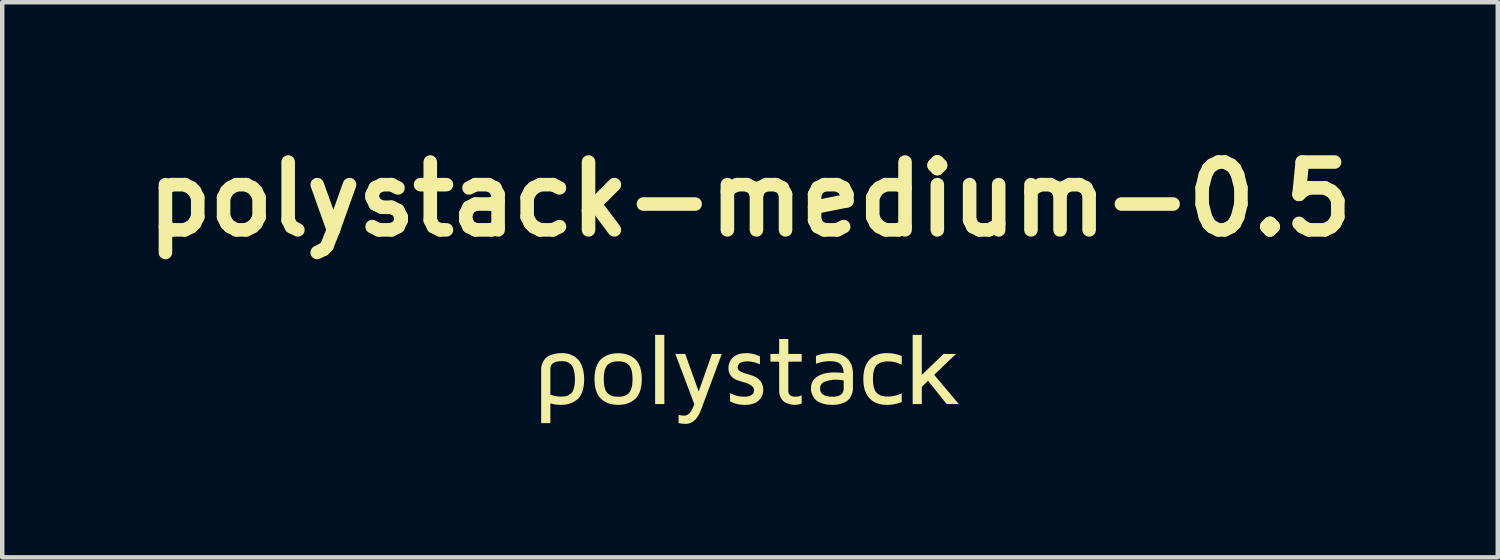
<source format=kicad_pcb>
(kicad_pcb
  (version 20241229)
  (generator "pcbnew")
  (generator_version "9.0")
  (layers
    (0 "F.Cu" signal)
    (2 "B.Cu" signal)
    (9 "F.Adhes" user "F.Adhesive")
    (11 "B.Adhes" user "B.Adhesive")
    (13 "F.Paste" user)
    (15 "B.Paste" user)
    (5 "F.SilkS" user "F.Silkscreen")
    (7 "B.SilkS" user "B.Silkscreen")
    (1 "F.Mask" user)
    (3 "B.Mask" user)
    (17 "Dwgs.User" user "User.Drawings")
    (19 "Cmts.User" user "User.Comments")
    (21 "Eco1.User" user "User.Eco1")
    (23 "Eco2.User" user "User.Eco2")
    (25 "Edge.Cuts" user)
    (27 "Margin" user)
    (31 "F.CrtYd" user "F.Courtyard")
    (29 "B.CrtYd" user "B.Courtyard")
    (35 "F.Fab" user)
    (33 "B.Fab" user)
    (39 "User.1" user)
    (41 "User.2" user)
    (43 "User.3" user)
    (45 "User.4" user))
  (footprint "polystack-medium-0.5"
    (layer "F.Cu")
    (at 13.803 5.474)
    (property "Reference" "polystack-medium-0.5" (at 0 -4.048 0) (layer "F.SilkS") (effects (font (size 1.524 1.524) (thickness 0.305))))
    (attr smd)
    (fp_poly (pts (xy -2.132 0.556) (xy -2.132 -1) (xy -1.925 -1) (xy -1.925 0.556) (xy -2.132 0.556)) (stroke (width 0) (type solid)) (fill yes) (layer "F.SilkS"))
    (fp_poly (pts (xy 3.655 0.556) (xy 3.655 -1) (xy 3.861 -1) (xy 3.861 -0.099) (xy 4.348 -0.571) (xy 4.628 -0.571) (xy 4.139 -0.101) (xy 4.693 0.556) (xy 4.419 0.556) (xy 4.001 0.032) (xy 3.861 0.168) (xy 3.861 0.556) (xy 3.655 0.556)) (stroke (width 0) (type solid)) (fill yes) (layer "F.SilkS"))
    (fp_poly (pts (xy 0.459 -0.397) (xy 0.459 -0.571) (xy 0.655 -0.571) (xy 0.655 -0.907) (xy 0.861 -0.907) (xy 0.861 -0.571) (xy 1.161 -0.571) (xy 1.161 -0.397) (xy 0.861 -0.397) (xy 0.861 0.258) (xy 0.861 0.27) (xy 0.862 0.281) (xy 0.864 0.292) (xy 0.867 0.302) (xy 0.87 0.311) (xy 0.873 0.32) (xy 0.878 0.329) (xy 0.883 0.337) (xy 0.889 0.344) (xy 0.895 0.351) (xy 0.903 0.357) (xy 0.911 0.363) (xy 0.919 0.368) (xy 0.928 0.373) (xy 0.938 0.377) (xy 0.949 0.38) (xy 0.96 0.383) (xy 0.972 0.386) (xy 0.985 0.388) (xy 0.999 0.389) (xy 1.013 0.39) (xy 1.027 0.39) (xy 1.03 0.39) (xy 1.045 0.39) (xy 1.06 0.389) (xy 1.074 0.387) (xy 1.088 0.385) (xy 1.101 0.382) (xy 1.114 0.378) (xy 1.126 0.374) (xy 1.138 0.369) (xy 1.15 0.363) (xy 1.161 0.357) (xy 1.161 0.542) (xy 1.148 0.547) (xy 1.135 0.552) (xy 1.122 0.556) (xy 1.109 0.56) (xy 1.097 0.563) (xy 1.084 0.566) (xy 1.071 0.568) (xy 1.058 0.57) (xy 1.045 0.571) (xy 1.032 0.572) (xy 1.019 0.573) (xy 1.007 0.573) (xy 1.001 0.573) (xy 0.989 0.573) (xy 0.977 0.572) (xy 0.965 0.571) (xy 0.953 0.57) (xy 0.94 0.568) (xy 0.927 0.566) (xy 0.914 0.563) (xy 0.903 0.561) (xy 0.892 0.558) (xy 0.881 0.555) (xy 0.869 0.551) (xy 0.857 0.547) (xy 0.844 0.542) (xy 0.831 0.537) (xy 0.817 0.531) (xy 0.803 0.525) (xy 0.791 0.519) (xy 0.78 0.513) (xy 0.769 0.505) (xy 0.759 0.498) (xy 0.749 0.489) (xy 0.739 0.48) (xy 0.73 0.47) (xy 0.721 0.459) (xy 0.713 0.448) (xy 0.705 0.436) (xy 0.697 0.423) (xy 0.691 0.413) (xy 0.686 0.402) (xy 0.681 0.391) (xy 0.676 0.379) (xy 0.672 0.367) (xy 0.669 0.355) (xy 0.665 0.342) (xy 0.663 0.329) (xy 0.66 0.316) (xy 0.658 0.302) (xy 0.657 0.288) (xy 0.656 0.273) (xy 0.655 0.259) (xy 0.655 0.244) (xy 0.655 -0.397) (xy 0.459 -0.397) (xy 0.459 -0.397)) (stroke (width 0) (type solid)) (fill yes) (layer "F.SilkS"))
    (fp_poly (pts (xy -1.678 -0.571) (xy -1.456 -0.571) (xy -1.153 0.273) (xy -0.855 -0.571) (xy -0.634 -0.571) (xy -1.097 0.676) (xy -1.103 0.691) (xy -1.109 0.707) (xy -1.115 0.721) (xy -1.121 0.736) (xy -1.128 0.75) (xy -1.134 0.764) (xy -1.141 0.777) (xy -1.148 0.79) (xy -1.155 0.802) (xy -1.162 0.815) (xy -1.169 0.826) (xy -1.177 0.838) (xy -1.184 0.849) (xy -1.192 0.859) (xy -1.199 0.87) (xy -1.207 0.879) (xy -1.215 0.889) (xy -1.223 0.898) (xy -1.232 0.907) (xy -1.24 0.915) (xy -1.249 0.923) (xy -1.257 0.93) (xy -1.266 0.937) (xy -1.275 0.944) (xy -1.284 0.951) (xy -1.293 0.957) (xy -1.303 0.962) (xy -1.312 0.967) (xy -1.322 0.972) (xy -1.331 0.977) (xy -1.341 0.981) (xy -1.351 0.984) (xy -1.361 0.988) (xy -1.371 0.99) (xy -1.382 0.993) (xy -1.392 0.995) (xy -1.403 0.997) (xy -1.413 0.998) (xy -1.424 0.999) (xy -1.435 1) (xy -1.446 1) (xy -1.447 1) (xy -1.46 1) (xy -1.473 0.999) (xy -1.485 0.999) (xy -1.498 0.998) (xy -1.511 0.997) (xy -1.524 0.995) (xy -1.538 0.994) (xy -1.551 0.992) (xy -1.564 0.99) (xy -1.578 0.988) (xy -1.591 0.985) (xy -1.605 0.982) (xy -1.605 0.797) (xy -1.592 0.8) (xy -1.579 0.803) (xy -1.565 0.806) (xy -1.553 0.809) (xy -1.54 0.811) (xy -1.527 0.812) (xy -1.515 0.814) (xy -1.502 0.815) (xy -1.49 0.815) (xy -1.478 0.816) (xy -1.469 0.816) (xy -1.46 0.815) (xy -1.451 0.813) (xy -1.442 0.811) (xy -1.433 0.809) (xy -1.425 0.805) (xy -1.416 0.802) (xy -1.408 0.797) (xy -1.399 0.792) (xy -1.391 0.787) (xy -1.383 0.781) (xy -1.375 0.774) (xy -1.367 0.767) (xy -1.359 0.759) (xy -1.352 0.751) (xy -1.344 0.742) (xy -1.337 0.732) (xy -1.33 0.722) (xy -1.323 0.711) (xy -1.316 0.7) (xy -1.309 0.688) (xy -1.302 0.676) (xy -1.295 0.663) (xy -1.289 0.649) (xy -1.283 0.635) (xy -1.276 0.62) (xy -1.27 0.605) (xy -1.264 0.589) (xy -1.258 0.573) (xy -1.252 0.556) (xy -1.678 -0.571) (xy -1.678 -0.571)) (stroke (width 0) (type solid)) (fill yes) (layer "F.SilkS"))
    (fp_poly (pts (xy 2.683 0.423) (xy 2.676 0.415) (xy 2.668 0.406) (xy 2.661 0.397) (xy 2.654 0.387) (xy 2.647 0.378) (xy 2.64 0.368) (xy 2.634 0.358) (xy 2.628 0.348) (xy 2.622 0.337) (xy 2.616 0.327) (xy 2.611 0.316) (xy 2.606 0.305) (xy 2.601 0.294) (xy 2.596 0.282) (xy 2.591 0.271) (xy 2.587 0.259) (xy 2.583 0.246) (xy 2.579 0.234) (xy 2.575 0.222) (xy 2.572 0.209) (xy 2.568 0.196) (xy 2.565 0.183) (xy 2.563 0.169) (xy 2.56 0.156) (xy 2.558 0.142) (xy 2.556 0.128) (xy 2.554 0.113) (xy 2.552 0.099) (xy 2.551 0.084) (xy 2.549 0.069) (xy 2.548 0.054) (xy 2.548 0.039) (xy 2.547 0.023) (xy 2.547 0.007) (xy 2.547 -0.009) (xy 2.547 -0.025) (xy 2.547 -0.041) (xy 2.548 -0.056) (xy 2.548 -0.072) (xy 2.549 -0.087) (xy 2.551 -0.102) (xy 2.552 -0.116) (xy 2.554 -0.131) (xy 2.556 -0.145) (xy 2.558 -0.159) (xy 2.56 -0.173) (xy 2.563 -0.187) (xy 2.565 -0.2) (xy 2.568 -0.213) (xy 2.572 -0.226) (xy 2.575 -0.239) (xy 2.579 -0.252) (xy 2.583 -0.264) (xy 2.587 -0.276) (xy 2.591 -0.288) (xy 2.596 -0.299) (xy 2.601 -0.311) (xy 2.606 -0.322) (xy 2.611 -0.333) (xy 2.616 -0.344) (xy 2.622 -0.355) (xy 2.628 -0.365) (xy 2.634 -0.375) (xy 2.64 -0.385) (xy 2.647 -0.395) (xy 2.654 -0.404) (xy 2.661 -0.413) (xy 2.668 -0.422) (xy 2.676 -0.431) (xy 2.683 -0.44) (xy 2.692 -0.449) (xy 2.7 -0.457) (xy 2.709 -0.466) (xy 2.718 -0.474) (xy 2.727 -0.482) (xy 2.737 -0.489) (xy 2.747 -0.496) (xy 2.757 -0.503) (xy 2.767 -0.51) (xy 2.777 -0.516) (xy 2.788 -0.523) (xy 2.799 -0.528) (xy 2.81 -0.534) (xy 2.821 -0.539) (xy 2.832 -0.544) (xy 2.844 -0.549) (xy 2.856 -0.554) (xy 2.868 -0.558) (xy 2.881 -0.562) (xy 2.893 -0.566) (xy 2.906 -0.569) (xy 2.919 -0.572) (xy 2.932 -0.575) (xy 2.946 -0.578) (xy 2.959 -0.58) (xy 2.973 -0.582) (xy 2.987 -0.584) (xy 3.002 -0.585) (xy 3.016 -0.587) (xy 3.031 -0.587) (xy 3.046 -0.588) (xy 3.061 -0.589) (xy 3.077 -0.589) (xy 3.091 -0.589) (xy 3.104 -0.588) (xy 3.118 -0.588) (xy 3.132 -0.587) (xy 3.145 -0.586) (xy 3.159 -0.585) (xy 3.172 -0.584) (xy 3.186 -0.582) (xy 3.199 -0.581) (xy 3.213 -0.579) (xy 3.226 -0.577) (xy 3.239 -0.574) (xy 3.252 -0.572) (xy 3.266 -0.569) (xy 3.279 -0.566) (xy 3.292 -0.563) (xy 3.305 -0.56) (xy 3.318 -0.556) (xy 3.331 -0.552) (xy 3.344 -0.548) (xy 3.357 -0.544) (xy 3.37 -0.54) (xy 3.383 -0.536) (xy 3.396 -0.531) (xy 3.409 -0.526) (xy 3.409 -0.33) (xy 3.396 -0.336) (xy 3.383 -0.341) (xy 3.37 -0.347) (xy 3.358 -0.352) (xy 3.345 -0.357) (xy 3.332 -0.362) (xy 3.319 -0.366) (xy 3.306 -0.371) (xy 3.293 -0.375) (xy 3.28 -0.378) (xy 3.268 -0.382) (xy 3.255 -0.385) (xy 3.242 -0.388) (xy 3.229 -0.391) (xy 3.216 -0.393) (xy 3.203 -0.395) (xy 3.19 -0.397) (xy 3.177 -0.399) (xy 3.164 -0.4) (xy 3.151 -0.401) (xy 3.138 -0.402) (xy 3.125 -0.403) (xy 3.112 -0.403) (xy 3.099 -0.403) (xy 3.095 -0.403) (xy 3.079 -0.403) (xy 3.064 -0.403) (xy 3.049 -0.402) (xy 3.035 -0.4) (xy 3.021 -0.398) (xy 3.007 -0.396) (xy 2.994 -0.394) (xy 2.981 -0.391) (xy 2.968 -0.387) (xy 2.956 -0.383) (xy 2.944 -0.379) (xy 2.932 -0.375) (xy 2.921 -0.369) (xy 2.91 -0.364) (xy 2.899 -0.358) (xy 2.889 -0.352) (xy 2.879 -0.345) (xy 2.869 -0.338) (xy 2.86 -0.331) (xy 2.851 -0.323) (xy 2.844 -0.317) (xy 2.838 -0.31) (xy 2.832 -0.303) (xy 2.826 -0.295) (xy 2.82 -0.287) (xy 2.815 -0.278) (xy 2.81 -0.269) (xy 2.805 -0.259) (xy 2.8 -0.249) (xy 2.796 -0.239) (xy 2.792 -0.228) (xy 2.788 -0.217) (xy 2.785 -0.205) (xy 2.781 -0.192) (xy 2.778 -0.18) (xy 2.776 -0.166) (xy 2.773 -0.153) (xy 2.771 -0.139) (xy 2.769 -0.124) (xy 2.767 -0.109) (xy 2.766 -0.093) (xy 2.765 -0.077) (xy 2.764 -0.061) (xy 2.763 -0.044) (xy 2.763 -0.027) (xy 2.763 -0.009) (xy 2.763 0.008) (xy 2.763 0.024) (xy 2.764 0.039) (xy 2.764 0.055) (xy 2.766 0.07) (xy 2.767 0.084) (xy 2.768 0.098) (xy 2.77 0.112) (xy 2.772 0.126) (xy 2.774 0.139) (xy 2.776 0.151) (xy 2.779 0.164) (xy 2.782 0.176) (xy 2.785 0.187) (xy 2.788 0.198) (xy 2.793 0.213) (xy 2.798 0.227) (xy 2.804 0.24) (xy 2.81 0.252) (xy 2.817 0.264) (xy 2.824 0.275) (xy 2.832 0.285) (xy 2.839 0.295) (xy 2.848 0.304) (xy 2.856 0.312) (xy 2.865 0.32) (xy 2.877 0.328) (xy 2.888 0.336) (xy 2.9 0.343) (xy 2.911 0.35) (xy 2.923 0.356) (xy 2.934 0.361) (xy 2.946 0.365) (xy 2.957 0.369) (xy 2.969 0.373) (xy 2.98 0.375) (xy 2.991 0.377) (xy 3.002 0.379) (xy 3.014 0.381) (xy 3.027 0.383) (xy 3.039 0.384) (xy 3.053 0.385) (xy 3.066 0.385) (xy 3.08 0.386) (xy 3.095 0.386) (xy 3.108 0.386) (xy 3.121 0.385) (xy 3.135 0.385) (xy 3.148 0.384) (xy 3.162 0.383) (xy 3.175 0.381) (xy 3.188 0.38) (xy 3.201 0.378) (xy 3.215 0.376) (xy 3.228 0.373) (xy 3.241 0.371) (xy 3.254 0.368) (xy 3.267 0.365) (xy 3.28 0.361) (xy 3.293 0.358) (xy 3.306 0.354) (xy 3.319 0.35) (xy 3.332 0.346) (xy 3.345 0.341) (xy 3.358 0.336) (xy 3.371 0.331) (xy 3.383 0.326) (xy 3.396 0.32) (xy 3.409 0.314) (xy 3.409 0.51) (xy 3.396 0.515) (xy 3.383 0.52) (xy 3.37 0.525) (xy 3.357 0.529) (xy 3.344 0.533) (xy 3.331 0.537) (xy 3.318 0.541) (xy 3.305 0.544) (xy 3.292 0.548) (xy 3.279 0.551) (xy 3.266 0.554) (xy 3.252 0.556) (xy 3.239 0.559) (xy 3.226 0.561) (xy 3.213 0.563) (xy 3.199 0.565) (xy 3.186 0.567) (xy 3.172 0.568) (xy 3.159 0.57) (xy 3.145 0.571) (xy 3.132 0.572) (xy 3.118 0.572) (xy 3.104 0.573) (xy 3.091 0.573) (xy 3.077 0.573) (xy 3.061 0.573) (xy 3.046 0.573) (xy 3.031 0.572) (xy 3.016 0.571) (xy 3.002 0.57) (xy 2.987 0.568) (xy 2.973 0.567) (xy 2.959 0.564) (xy 2.946 0.562) (xy 2.932 0.56) (xy 2.919 0.557) (xy 2.906 0.553) (xy 2.893 0.55) (xy 2.881 0.546) (xy 2.868 0.542) (xy 2.856 0.538) (xy 2.844 0.533) (xy 2.832 0.529) (xy 2.821 0.524) (xy 2.81 0.518) (xy 2.799 0.513) (xy 2.788 0.507) (xy 2.777 0.5) (xy 2.767 0.494) (xy 2.757 0.487) (xy 2.747 0.48) (xy 2.737 0.473) (xy 2.727 0.465) (xy 2.718 0.457) (xy 2.709 0.449) (xy 2.7 0.441) (xy 2.692 0.432) (xy 2.683 0.423) (xy 2.683 0.423)) (stroke (width 0) (type solid)) (fill yes) (layer "F.SilkS"))
    (fp_poly (pts (xy -4.693 0.984) (xy -4.693 -0.226) (xy -4.408 -0.374) (xy -4.416 -0.368) (xy -4.425 -0.363) (xy -4.433 -0.357) (xy -4.44 -0.351) (xy -4.447 -0.345) (xy -4.453 -0.338) (xy -4.459 -0.331) (xy -4.464 -0.323) (xy -4.468 -0.315) (xy -4.473 -0.307) (xy -4.476 -0.298) (xy -4.479 -0.289) (xy -4.481 -0.28) (xy -4.483 -0.27) (xy -4.485 -0.26) (xy -4.486 -0.25) (xy -4.486 -0.239) (xy -4.486 0.343) (xy -4.486 0.343) (xy -4.473 0.348) (xy -4.46 0.352) (xy -4.447 0.357) (xy -4.434 0.361) (xy -4.42 0.364) (xy -4.407 0.368) (xy -4.394 0.371) (xy -4.381 0.374) (xy -4.368 0.377) (xy -4.354 0.379) (xy -4.341 0.381) (xy -4.328 0.383) (xy -4.314 0.385) (xy -4.301 0.386) (xy -4.287 0.387) (xy -4.274 0.387) (xy -4.26 0.388) (xy -4.247 0.388) (xy -4.231 0.388) (xy -4.217 0.387) (xy -4.203 0.387) (xy -4.189 0.385) (xy -4.176 0.384) (xy -4.163 0.382) (xy -4.151 0.38) (xy -4.14 0.378) (xy -4.129 0.375) (xy -4.116 0.371) (xy -4.104 0.367) (xy -4.092 0.361) (xy -4.08 0.355) (xy -4.067 0.349) (xy -4.055 0.341) (xy -4.043 0.333) (xy -4.032 0.324) (xy -4.023 0.317) (xy -4.015 0.309) (xy -4.007 0.301) (xy -4 0.291) (xy -3.993 0.281) (xy -3.987 0.271) (xy -3.981 0.259) (xy -3.975 0.247) (xy -3.97 0.235) (xy -3.965 0.221) (xy -3.96 0.207) (xy -3.957 0.196) (xy -3.954 0.185) (xy -3.951 0.173) (xy -3.948 0.161) (xy -3.946 0.149) (xy -3.944 0.136) (xy -3.942 0.123) (xy -3.94 0.109) (xy -3.939 0.096) (xy -3.937 0.081) (xy -3.936 0.067) (xy -3.936 0.052) (xy -3.935 0.036) (xy -3.935 0.02) (xy -3.935 0.004) (xy -3.935 -0.012) (xy -3.935 -0.028) (xy -3.935 -0.043) (xy -3.936 -0.058) (xy -3.937 -0.073) (xy -3.938 -0.088) (xy -3.939 -0.102) (xy -3.941 -0.116) (xy -3.943 -0.129) (xy -3.944 -0.142) (xy -3.947 -0.155) (xy -3.949 -0.167) (xy -3.951 -0.179) (xy -3.954 -0.191) (xy -3.957 -0.202) (xy -3.96 -0.213) (xy -3.965 -0.228) (xy -3.969 -0.243) (xy -3.975 -0.257) (xy -3.98 -0.27) (xy -3.987 -0.282) (xy -3.993 -0.294) (xy -4 -0.304) (xy -4.007 -0.314) (xy -4.014 -0.324) (xy -4.022 -0.332) (xy -4.03 -0.34) (xy -4.042 -0.349) (xy -4.054 -0.358) (xy -4.065 -0.366) (xy -4.077 -0.373) (xy -4.088 -0.379) (xy -4.099 -0.385) (xy -4.111 -0.39) (xy -4.122 -0.394) (xy -4.133 -0.397) (xy -4.145 -0.4) (xy -4.158 -0.402) (xy -4.17 -0.404) (xy -4.184 -0.406) (xy -4.197 -0.407) (xy -4.211 -0.408) (xy -4.226 -0.408) (xy -4.242 -0.408) (xy -4.258 -0.407) (xy -4.274 -0.406) (xy -4.288 -0.405) (xy -4.303 -0.404) (xy -4.317 -0.402) (xy -4.33 -0.399) (xy -4.343 -0.397) (xy -4.355 -0.394) (xy -4.366 -0.39) (xy -4.377 -0.387) (xy -4.388 -0.383) (xy -4.398 -0.378) (xy -4.408 -0.374) (xy -4.693 -0.226) (xy -4.693 -0.238) (xy -4.692 -0.25) (xy -4.691 -0.262) (xy -4.69 -0.274) (xy -4.688 -0.286) (xy -4.686 -0.298) (xy -4.684 -0.308) (xy -4.681 -0.32) (xy -4.677 -0.332) (xy -4.672 -0.345) (xy -4.667 -0.359) (xy -4.661 -0.374) (xy -4.653 -0.389) (xy -4.647 -0.401) (xy -4.64 -0.413) (xy -4.633 -0.424) (xy -4.625 -0.436) (xy -4.617 -0.446) (xy -4.608 -0.457) (xy -4.599 -0.467) (xy -4.59 -0.477) (xy -4.579 -0.486) (xy -4.571 -0.493) (xy -4.563 -0.5) (xy -4.553 -0.506) (xy -4.543 -0.513) (xy -4.533 -0.519) (xy -4.522 -0.525) (xy -4.51 -0.531) (xy -4.497 -0.537) (xy -4.484 -0.542) (xy -4.47 -0.548) (xy -4.456 -0.553) (xy -4.441 -0.558) (xy -4.429 -0.562) (xy -4.417 -0.565) (xy -4.405 -0.568) (xy -4.392 -0.571) (xy -4.38 -0.574) (xy -4.367 -0.577) (xy -4.354 -0.579) (xy -4.341 -0.581) (xy -4.327 -0.583) (xy -4.313 -0.584) (xy -4.299 -0.586) (xy -4.285 -0.587) (xy -4.27 -0.588) (xy -4.256 -0.588) (xy -4.241 -0.589) (xy -4.226 -0.589) (xy -4.212 -0.589) (xy -4.198 -0.588) (xy -4.184 -0.587) (xy -4.17 -0.587) (xy -4.157 -0.585) (xy -4.143 -0.584) (xy -4.13 -0.582) (xy -4.117 -0.58) (xy -4.103 -0.578) (xy -4.092 -0.575) (xy -4.081 -0.573) (xy -4.069 -0.57) (xy -4.058 -0.566) (xy -4.046 -0.562) (xy -4.034 -0.558) (xy -4.022 -0.553) (xy -4.01 -0.547) (xy -3.997 -0.541) (xy -3.985 -0.535) (xy -3.972 -0.528) (xy -3.96 -0.522) (xy -3.949 -0.515) (xy -3.937 -0.507) (xy -3.926 -0.5) (xy -3.916 -0.492) (xy -3.905 -0.484) (xy -3.895 -0.475) (xy -3.885 -0.466) (xy -3.876 -0.457) (xy -3.866 -0.448) (xy -3.857 -0.438) (xy -3.849 -0.428) (xy -3.842 -0.419) (xy -3.835 -0.41) (xy -3.829 -0.401) (xy -3.822 -0.391) (xy -3.816 -0.381) (xy -3.81 -0.37) (xy -3.804 -0.359) (xy -3.798 -0.347) (xy -3.793 -0.335) (xy -3.787 -0.323) (xy -3.782 -0.31) (xy -3.777 -0.297) (xy -3.772 -0.283) (xy -3.767 -0.268) (xy -3.763 -0.254) (xy -3.759 -0.242) (xy -3.756 -0.23) (xy -3.752 -0.218) (xy -3.749 -0.205) (xy -3.746 -0.193) (xy -3.744 -0.18) (xy -3.741 -0.167) (xy -3.739 -0.154) (xy -3.737 -0.14) (xy -3.735 -0.127) (xy -3.734 -0.113) (xy -3.732 -0.099) (xy -3.731 -0.085) (xy -3.73 -0.07) (xy -3.729 -0.056) (xy -3.728 -0.041) (xy -3.728 -0.026) (xy -3.727 -0.011) (xy -3.727 0.004) (xy -3.727 0.02) (xy -3.728 0.036) (xy -3.728 0.051) (xy -3.729 0.066) (xy -3.73 0.081) (xy -3.731 0.096) (xy -3.732 0.111) (xy -3.734 0.125) (xy -3.736 0.139) (xy -3.738 0.153) (xy -3.74 0.167) (xy -3.742 0.18) (xy -3.745 0.193) (xy -3.748 0.206) (xy -3.751 0.219) (xy -3.754 0.232) (xy -3.758 0.244) (xy -3.761 0.256) (xy -3.765 0.268) (xy -3.769 0.28) (xy -3.774 0.291) (xy -3.779 0.306) (xy -3.785 0.32) (xy -3.792 0.333) (xy -3.798 0.346) (xy -3.805 0.359) (xy -3.812 0.371) (xy -3.82 0.383) (xy -3.828 0.394) (xy -3.836 0.405) (xy -3.844 0.415) (xy -3.852 0.425) (xy -3.861 0.434) (xy -3.87 0.443) (xy -3.88 0.451) (xy -3.889 0.459) (xy -3.899 0.466) (xy -3.911 0.474) (xy -3.922 0.482) (xy -3.934 0.489) (xy -3.946 0.496) (xy -3.957 0.503) (xy -3.969 0.51) (xy -3.981 0.516) (xy -3.992 0.521) (xy -4.004 0.527) (xy -4.016 0.532) (xy -4.028 0.537) (xy -4.04 0.541) (xy -4.052 0.545) (xy -4.064 0.549) (xy -4.075 0.552) (xy -4.088 0.555) (xy -4.1 0.558) (xy -4.112 0.561) (xy -4.125 0.563) (xy -4.138 0.565) (xy -4.151 0.567) (xy -4.164 0.569) (xy -4.177 0.57) (xy -4.191 0.571) (xy -4.204 0.572) (xy -4.218 0.573) (xy -4.232 0.573) (xy -4.247 0.573) (xy -4.26 0.573) (xy -4.274 0.573) (xy -4.288 0.572) (xy -4.301 0.572) (xy -4.315 0.571) (xy -4.329 0.57) (xy -4.342 0.568) (xy -4.355 0.567) (xy -4.369 0.565) (xy -4.382 0.563) (xy -4.395 0.561) (xy -4.408 0.559) (xy -4.421 0.556) (xy -4.434 0.553) (xy -4.447 0.55) (xy -4.46 0.547) (xy -4.473 0.544) (xy -4.486 0.54) (xy -4.486 0.984) (xy -4.693 0.984) (xy -4.693 0.984)) (stroke (width 0) (type solid)) (fill yes) (layer "F.SilkS"))
    (fp_poly (pts (xy -0.484 -0.252) (xy -0.484 -0.266) (xy -0.483 -0.28) (xy -0.482 -0.294) (xy -0.48 -0.307) (xy -0.478 -0.32) (xy -0.475 -0.333) (xy -0.472 -0.345) (xy -0.468 -0.358) (xy -0.464 -0.37) (xy -0.459 -0.382) (xy -0.454 -0.394) (xy -0.448 -0.405) (xy -0.442 -0.417) (xy -0.435 -0.428) (xy -0.428 -0.439) (xy -0.42 -0.45) (xy -0.412 -0.46) (xy -0.404 -0.471) (xy -0.394 -0.481) (xy -0.385 -0.491) (xy -0.377 -0.498) (xy -0.368 -0.506) (xy -0.359 -0.513) (xy -0.35 -0.519) (xy -0.34 -0.526) (xy -0.331 -0.532) (xy -0.32 -0.538) (xy -0.31 -0.543) (xy -0.299 -0.549) (xy -0.288 -0.553) (xy -0.276 -0.558) (xy -0.264 -0.562) (xy -0.252 -0.566) (xy -0.24 -0.57) (xy -0.227 -0.573) (xy -0.213 -0.576) (xy -0.2 -0.579) (xy -0.186 -0.581) (xy -0.172 -0.583) (xy -0.157 -0.585) (xy -0.142 -0.586) (xy -0.127 -0.587) (xy -0.112 -0.588) (xy -0.096 -0.589) (xy -0.079 -0.589) (xy -0.066 -0.589) (xy -0.053 -0.588) (xy -0.039 -0.587) (xy -0.026 -0.586) (xy -0.013 -0.585) (xy 0.000275 -0.584) (xy 0.013 -0.582) (xy 0.027 -0.58) (xy 0.04 -0.577) (xy 0.053 -0.575) (xy 0.066 -0.572) (xy 0.079 -0.569) (xy 0.092 -0.565) (xy 0.106 -0.561) (xy 0.119 -0.557) (xy 0.132 -0.553) (xy 0.145 -0.548) (xy 0.158 -0.543) (xy 0.171 -0.538) (xy 0.184 -0.533) (xy 0.197 -0.527) (xy 0.21 -0.521) (xy 0.223 -0.515) (xy 0.223 -0.336) (xy 0.209 -0.343) (xy 0.195 -0.348) (xy 0.181 -0.354) (xy 0.167 -0.359) (xy 0.154 -0.364) (xy 0.14 -0.369) (xy 0.127 -0.374) (xy 0.113 -0.378) (xy 0.1 -0.382) (xy 0.087 -0.385) (xy 0.074 -0.388) (xy 0.061 -0.391) (xy 0.047 -0.394) (xy 0.035 -0.396) (xy 0.022 -0.398) (xy 0.009 -0.4) (xy -0.004 -0.401) (xy -0.017 -0.402) (xy -0.029 -0.403) (xy -0.042 -0.403) (xy -0.054 -0.403) (xy -0.07 -0.403) (xy -0.086 -0.403) (xy -0.101 -0.402) (xy -0.115 -0.4) (xy -0.129 -0.399) (xy -0.142 -0.396) (xy -0.155 -0.394) (xy -0.167 -0.391) (xy -0.178 -0.387) (xy -0.189 -0.384) (xy -0.199 -0.38) (xy -0.209 -0.375) (xy -0.218 -0.37) (xy -0.226 -0.365) (xy -0.234 -0.359) (xy -0.241 -0.353) (xy -0.247 -0.346) (xy -0.253 -0.339) (xy -0.258 -0.332) (xy -0.263 -0.324) (xy -0.267 -0.316) (xy -0.27 -0.308) (xy -0.273 -0.299) (xy -0.275 -0.289) (xy -0.277 -0.28) (xy -0.278 -0.27) (xy -0.278 -0.259) (xy -0.277 -0.249) (xy -0.275 -0.239) (xy -0.271 -0.229) (xy -0.266 -0.22) (xy -0.259 -0.211) (xy -0.251 -0.203) (xy -0.242 -0.195) (xy -0.231 -0.187) (xy -0.218 -0.18) (xy -0.207 -0.174) (xy -0.196 -0.169) (xy -0.184 -0.163) (xy -0.172 -0.158) (xy -0.159 -0.153) (xy -0.146 -0.148) (xy -0.133 -0.143) (xy -0.119 -0.138) (xy -0.105 -0.134) (xy -0.09 -0.129) (xy -0.075 -0.125) (xy -0.062 -0.121) (xy -0.049 -0.117) (xy -0.036 -0.113) (xy -0.023 -0.109) (xy -0.011 -0.105) (xy 0.002 -0.101) (xy 0.015 -0.096) (xy 0.028 -0.092) (xy 0.041 -0.087) (xy 0.054 -0.082) (xy 0.067 -0.078) (xy 0.08 -0.072) (xy 0.093 -0.067) (xy 0.105 -0.062) (xy 0.116 -0.057) (xy 0.128 -0.051) (xy 0.139 -0.045) (xy 0.15 -0.038) (xy 0.161 -0.03) (xy 0.171 -0.023) (xy 0.181 -0.014) (xy 0.191 -0.006) (xy 0.201 0.004) (xy 0.21 0.013) (xy 0.219 0.023) (xy 0.228 0.034) (xy 0.237 0.045) (xy 0.244 0.055) (xy 0.251 0.066) (xy 0.258 0.076) (xy 0.264 0.087) (xy 0.269 0.098) (xy 0.274 0.11) (xy 0.278 0.122) (xy 0.282 0.134) (xy 0.286 0.146) (xy 0.289 0.159) (xy 0.292 0.172) (xy 0.294 0.185) (xy 0.296 0.199) (xy 0.297 0.213) (xy 0.297 0.227) (xy 0.298 0.241) (xy 0.297 0.255) (xy 0.297 0.268) (xy 0.295 0.281) (xy 0.294 0.294) (xy 0.291 0.307) (xy 0.288 0.319) (xy 0.285 0.332) (xy 0.281 0.344) (xy 0.277 0.356) (xy 0.272 0.368) (xy 0.267 0.379) (xy 0.261 0.391) (xy 0.254 0.402) (xy 0.247 0.413) (xy 0.24 0.424) (xy 0.232 0.434) (xy 0.224 0.445) (xy 0.215 0.455) (xy 0.205 0.465) (xy 0.195 0.475) (xy 0.187 0.483) (xy 0.179 0.49) (xy 0.17 0.496) (xy 0.161 0.503) (xy 0.152 0.509) (xy 0.142 0.515) (xy 0.132 0.521) (xy 0.121 0.526) (xy 0.111 0.531) (xy 0.1 0.536) (xy 0.088 0.541) (xy 0.077 0.545) (xy 0.064 0.549) (xy 0.052 0.552) (xy 0.039 0.556) (xy 0.026 0.559) (xy 0.013 0.562) (xy -0.001 0.564) (xy -0.015 0.566) (xy -0.029 0.568) (xy -0.044 0.57) (xy -0.059 0.571) (xy -0.074 0.572) (xy -0.09 0.573) (xy -0.106 0.573) (xy -0.122 0.573) (xy -0.137 0.573) (xy -0.151 0.573) (xy -0.165 0.572) (xy -0.179 0.571) (xy -0.193 0.57) (xy -0.207 0.569) (xy -0.221 0.567) (xy -0.234 0.565) (xy -0.248 0.563) (xy -0.261 0.561) (xy -0.274 0.558) (xy -0.288 0.555) (xy -0.301 0.552) (xy -0.313 0.549) (xy -0.326 0.545) (xy -0.339 0.541) (xy -0.351 0.537) (xy -0.364 0.533) (xy -0.376 0.528) (xy -0.388 0.523) (xy -0.4 0.518) (xy -0.412 0.513) (xy -0.424 0.507) (xy -0.436 0.501) (xy -0.448 0.495) (xy -0.448 0.308) (xy -0.435 0.314) (xy -0.423 0.321) (xy -0.411 0.327) (xy -0.398 0.333) (xy -0.386 0.338) (xy -0.373 0.344) (xy -0.36 0.349) (xy -0.348 0.354) (xy -0.335 0.358) (xy -0.322 0.362) (xy -0.309 0.366) (xy -0.296 0.37) (xy -0.283 0.373) (xy -0.27 0.376) (xy -0.257 0.379) (xy -0.244 0.381) (xy -0.23 0.383) (xy -0.217 0.385) (xy -0.204 0.387) (xy -0.19 0.388) (xy -0.177 0.389) (xy -0.163 0.39) (xy -0.149 0.39) (xy -0.136 0.39) (xy -0.131 0.39) (xy -0.115 0.39) (xy -0.099 0.389) (xy -0.084 0.388) (xy -0.07 0.387) (xy -0.056 0.385) (xy -0.042 0.382) (xy -0.03 0.379) (xy -0.018 0.376) (xy -0.006 0.372) (xy 0.004 0.367) (xy 0.015 0.363) (xy 0.024 0.357) (xy 0.033 0.352) (xy 0.044 0.344) (xy 0.054 0.335) (xy 0.062 0.326) (xy 0.07 0.317) (xy 0.076 0.307) (xy 0.081 0.297) (xy 0.085 0.286) (xy 0.088 0.275) (xy 0.09 0.263) (xy 0.09 0.251) (xy 0.09 0.239) (xy 0.088 0.227) (xy 0.086 0.216) (xy 0.083 0.204) (xy 0.078 0.194) (xy 0.073 0.184) (xy 0.066 0.174) (xy 0.059 0.165) (xy 0.051 0.156) (xy 0.041 0.148) (xy 0.031 0.14) (xy 0.021 0.133) (xy 0.011 0.126) (xy 0 0.12) (xy -0.011 0.114) (xy -0.022 0.108) (xy -0.034 0.102) (xy -0.046 0.097) (xy -0.059 0.092) (xy -0.072 0.087) (xy -0.085 0.082) (xy -0.098 0.078) (xy -0.112 0.074) (xy -0.126 0.07) (xy -0.139 0.066) (xy -0.152 0.062) (xy -0.165 0.059) (xy -0.178 0.055) (xy -0.191 0.051) (xy -0.204 0.046) (xy -0.217 0.042) (xy -0.23 0.038) (xy -0.243 0.034) (xy -0.256 0.03) (xy -0.269 0.025) (xy -0.282 0.021) (xy -0.295 0.016) (xy -0.307 0.011) (xy -0.32 0.005) (xy -0.331 -0.001) (xy -0.343 -0.007) (xy -0.354 -0.015) (xy -0.365 -0.022) (xy -0.376 -0.03) (xy -0.387 -0.038) (xy -0.397 -0.047) (xy -0.407 -0.056) (xy -0.416 -0.066) (xy -0.426 -0.076) (xy -0.433 -0.085) (xy -0.44 -0.095) (xy -0.447 -0.105) (xy -0.453 -0.115) (xy -0.458 -0.126) (xy -0.463 -0.137) (xy -0.467 -0.149) (xy -0.471 -0.16) (xy -0.475 -0.172) (xy -0.477 -0.185) (xy -0.48 -0.198) (xy -0.482 -0.211) (xy -0.483 -0.224) (xy -0.484 -0.238) (xy -0.484 -0.252)) (stroke (width 0) (type solid)) (fill yes) (layer "F.SilkS"))
    (fp_poly (pts (xy 1.369 0.201) (xy 1.574 0.198) (xy 1.575 0.21) (xy 1.575 0.221) (xy 1.577 0.232) (xy 1.578 0.242) (xy 1.58 0.252) (xy 1.583 0.262) (xy 1.586 0.271) (xy 1.59 0.28) (xy 1.594 0.289) (xy 1.599 0.297) (xy 1.604 0.305) (xy 1.61 0.313) (xy 1.616 0.32) (xy 1.623 0.327) (xy 1.63 0.333) (xy 1.638 0.339) (xy 1.646 0.345) (xy 1.655 0.351) (xy 1.664 0.356) (xy 1.674 0.36) (xy 1.684 0.365) (xy 1.695 0.369) (xy 1.706 0.373) (xy 1.718 0.376) (xy 1.73 0.379) (xy 1.743 0.382) (xy 1.756 0.384) (xy 1.77 0.386) (xy 1.784 0.387) (xy 1.798 0.389) (xy 1.814 0.39) (xy 1.829 0.39) (xy 1.845 0.39) (xy 1.849 0.39) (xy 1.865 0.39) (xy 1.88 0.389) (xy 1.894 0.389) (xy 1.909 0.387) (xy 1.922 0.386) (xy 1.936 0.384) (xy 1.948 0.381) (xy 1.961 0.379) (xy 1.972 0.376) (xy 1.984 0.372) (xy 1.994 0.368) (xy 2.005 0.364) (xy 2.014 0.36) (xy 2.024 0.355) (xy 2.032 0.35) (xy 2.041 0.344) (xy 2.048 0.338) (xy 2.056 0.332) (xy 2.062 0.325) (xy 2.069 0.318) (xy 2.074 0.311) (xy 2.08 0.303) (xy 2.084 0.295) (xy 2.089 0.287) (xy 2.092 0.278) (xy 2.096 0.269) (xy 2.098 0.259) (xy 2.101 0.249) (xy 2.102 0.239) (xy 2.104 0.228) (xy 2.104 0.217) (xy 2.105 0.206) (xy 2.105 0.023) (xy 2.093 0.021) (xy 2.081 0.02) (xy 2.068 0.018) (xy 2.055 0.017) (xy 2.042 0.015) (xy 2.029 0.014) (xy 2.015 0.013) (xy 2.001 0.012) (xy 1.986 0.011) (xy 1.971 0.01) (xy 1.956 0.01) (xy 1.94 0.009) (xy 1.925 0.009) (xy 1.908 0.009) (xy 1.895 0.009) (xy 1.882 0.01) (xy 1.869 0.01) (xy 1.855 0.012) (xy 1.841 0.013) (xy 1.828 0.015) (xy 1.813 0.018) (xy 1.801 0.02) (xy 1.788 0.022) (xy 1.775 0.025) (xy 1.762 0.028) (xy 1.748 0.031) (xy 1.735 0.035) (xy 1.721 0.039) (xy 1.707 0.043) (xy 1.694 0.047) (xy 1.682 0.052) (xy 1.671 0.057) (xy 1.66 0.063) (xy 1.649 0.07) (xy 1.639 0.077) (xy 1.629 0.084) (xy 1.62 0.093) (xy 1.612 0.101) (xy 1.603 0.112) (xy 1.595 0.123) (xy 1.589 0.134) (xy 1.584 0.146) (xy 1.58 0.158) (xy 1.577 0.171) (xy 1.575 0.185) (xy 1.574 0.198) (xy 1.574 0.198) (xy 1.369 0.201) (xy 1.369 0.187) (xy 1.37 0.173) (xy 1.371 0.16) (xy 1.373 0.147) (xy 1.375 0.134) (xy 1.378 0.121) (xy 1.381 0.109) (xy 1.385 0.097) (xy 1.389 0.085) (xy 1.394 0.074) (xy 1.399 0.063) (xy 1.404 0.052) (xy 1.411 0.041) (xy 1.417 0.03) (xy 1.424 0.02) (xy 1.432 0.01) (xy 1.44 0.000311) (xy 1.449 -0.009) (xy 1.458 -0.018) (xy 1.467 -0.027) (xy 1.477 -0.036) (xy 1.488 -0.045) (xy 1.499 -0.053) (xy 1.51 -0.061) (xy 1.52 -0.067) (xy 1.53 -0.073) (xy 1.54 -0.079) (xy 1.55 -0.084) (xy 1.56 -0.09) (xy 1.571 -0.095) (xy 1.582 -0.1) (xy 1.593 -0.104) (xy 1.605 -0.109) (xy 1.616 -0.113) (xy 1.628 -0.117) (xy 1.64 -0.121) (xy 1.653 -0.125) (xy 1.665 -0.128) (xy 1.678 -0.132) (xy 1.691 -0.135) (xy 1.705 -0.138) (xy 1.718 -0.14) (xy 1.732 -0.143) (xy 1.746 -0.145) (xy 1.76 -0.147) (xy 1.775 -0.149) (xy 1.79 -0.15) (xy 1.805 -0.152) (xy 1.82 -0.153) (xy 1.835 -0.154) (xy 1.851 -0.154) (xy 1.867 -0.155) (xy 1.883 -0.155) (xy 1.899 -0.155) (xy 1.914 -0.155) (xy 1.928 -0.155) (xy 1.942 -0.155) (xy 1.955 -0.155) (xy 1.969 -0.154) (xy 1.983 -0.153) (xy 1.997 -0.153) (xy 2.01 -0.152) (xy 2.024 -0.151) (xy 2.038 -0.15) (xy 2.051 -0.148) (xy 2.065 -0.147) (xy 2.078 -0.145) (xy 2.091 -0.144) (xy 2.105 -0.142) (xy 2.104 -0.159) (xy 2.102 -0.175) (xy 2.1 -0.19) (xy 2.098 -0.205) (xy 2.095 -0.219) (xy 2.092 -0.233) (xy 2.088 -0.246) (xy 2.084 -0.258) (xy 2.079 -0.27) (xy 2.074 -0.282) (xy 2.069 -0.293) (xy 2.063 -0.303) (xy 2.056 -0.313) (xy 2.05 -0.322) (xy 2.042 -0.331) (xy 2.034 -0.339) (xy 2.026 -0.346) (xy 2.019 -0.352) (xy 2.01 -0.358) (xy 2.002 -0.364) (xy 1.993 -0.369) (xy 1.983 -0.374) (xy 1.973 -0.379) (xy 1.962 -0.383) (xy 1.951 -0.387) (xy 1.939 -0.391) (xy 1.927 -0.394) (xy 1.914 -0.397) (xy 1.901 -0.4) (xy 1.887 -0.402) (xy 1.873 -0.404) (xy 1.858 -0.405) (xy 1.843 -0.406) (xy 1.827 -0.407) (xy 1.81 -0.408) (xy 1.794 -0.408) (xy 1.781 -0.408) (xy 1.768 -0.407) (xy 1.755 -0.407) (xy 1.742 -0.406) (xy 1.729 -0.405) (xy 1.716 -0.404) (xy 1.703 -0.403) (xy 1.689 -0.401) (xy 1.676 -0.399) (xy 1.663 -0.397) (xy 1.649 -0.395) (xy 1.636 -0.393) (xy 1.622 -0.39) (xy 1.608 -0.387) (xy 1.594 -0.384) (xy 1.581 -0.381) (xy 1.567 -0.377) (xy 1.553 -0.373) (xy 1.539 -0.37) (xy 1.524 -0.365) (xy 1.51 -0.361) (xy 1.496 -0.356) (xy 1.482 -0.352) (xy 1.482 -0.528) (xy 1.494 -0.533) (xy 1.507 -0.537) (xy 1.52 -0.542) (xy 1.533 -0.546) (xy 1.546 -0.55) (xy 1.56 -0.554) (xy 1.573 -0.557) (xy 1.586 -0.561) (xy 1.599 -0.564) (xy 1.613 -0.567) (xy 1.626 -0.57) (xy 1.64 -0.572) (xy 1.654 -0.575) (xy 1.667 -0.577) (xy 1.681 -0.579) (xy 1.695 -0.581) (xy 1.709 -0.582) (xy 1.723 -0.584) (xy 1.737 -0.585) (xy 1.751 -0.586) (xy 1.765 -0.587) (xy 1.779 -0.588) (xy 1.794 -0.588) (xy 1.808 -0.589) (xy 1.822 -0.589) (xy 1.838 -0.589) (xy 1.853 -0.588) (xy 1.868 -0.587) (xy 1.883 -0.587) (xy 1.898 -0.585) (xy 1.912 -0.584) (xy 1.926 -0.582) (xy 1.94 -0.58) (xy 1.954 -0.578) (xy 1.967 -0.575) (xy 1.98 -0.572) (xy 1.993 -0.569) (xy 2.006 -0.566) (xy 2.018 -0.562) (xy 2.03 -0.558) (xy 2.042 -0.554) (xy 2.054 -0.549) (xy 2.066 -0.545) (xy 2.077 -0.54) (xy 2.088 -0.534) (xy 2.099 -0.529) (xy 2.109 -0.523) (xy 2.12 -0.517) (xy 2.13 -0.51) (xy 2.139 -0.504) (xy 2.149 -0.497) (xy 2.158 -0.49) (xy 2.167 -0.482) (xy 2.176 -0.474) (xy 2.185 -0.466) (xy 2.194 -0.458) (xy 2.202 -0.449) (xy 2.21 -0.44) (xy 2.218 -0.431) (xy 2.225 -0.421) (xy 2.232 -0.412) (xy 2.239 -0.402) (xy 2.246 -0.391) (xy 2.252 -0.381) (xy 2.258 -0.37) (xy 2.264 -0.359) (xy 2.269 -0.348) (xy 2.274 -0.336) (xy 2.279 -0.324) (xy 2.283 -0.312) (xy 2.287 -0.3) (xy 2.291 -0.287) (xy 2.295 -0.275) (xy 2.298 -0.262) (xy 2.301 -0.248) (xy 2.303 -0.235) (xy 2.305 -0.221) (xy 2.307 -0.207) (xy 2.309 -0.192) (xy 2.31 -0.178) (xy 2.312 -0.163) (xy 2.312 -0.148) (xy 2.313 -0.132) (xy 2.313 -0.117) (xy 2.313 0.208) (xy 2.313 0.22) (xy 2.312 0.233) (xy 2.311 0.245) (xy 2.309 0.257) (xy 2.308 0.269) (xy 2.305 0.281) (xy 2.303 0.292) (xy 2.3 0.303) (xy 2.296 0.315) (xy 2.291 0.328) (xy 2.285 0.342) (xy 2.278 0.357) (xy 2.271 0.373) (xy 2.265 0.385) (xy 2.258 0.397) (xy 2.251 0.409) (xy 2.244 0.42) (xy 2.235 0.431) (xy 2.227 0.441) (xy 2.218 0.451) (xy 2.208 0.461) (xy 2.198 0.471) (xy 2.19 0.478) (xy 2.182 0.484) (xy 2.172 0.491) (xy 2.162 0.497) (xy 2.152 0.504) (xy 2.14 0.51) (xy 2.128 0.516) (xy 2.116 0.522) (xy 2.103 0.527) (xy 2.089 0.533) (xy 2.074 0.538) (xy 2.059 0.544) (xy 2.048 0.547) (xy 2.036 0.55) (xy 2.024 0.554) (xy 2.011 0.557) (xy 1.999 0.559) (xy 1.986 0.562) (xy 1.973 0.564) (xy 1.96 0.566) (xy 1.946 0.568) (xy 1.932 0.569) (xy 1.918 0.57) (xy 1.904 0.571) (xy 1.89 0.572) (xy 1.875 0.573) (xy 1.861 0.573) (xy 1.845 0.573) (xy 1.83 0.573) (xy 1.815 0.573) (xy 1.8 0.572) (xy 1.785 0.571) (xy 1.771 0.57) (xy 1.756 0.569) (xy 1.742 0.567) (xy 1.729 0.566) (xy 1.715 0.564) (xy 1.702 0.561) (xy 1.689 0.559) (xy 1.676 0.556) (xy 1.663 0.553) (xy 1.651 0.55) (xy 1.639 0.546) (xy 1.627 0.542) (xy 1.612 0.537) (xy 1.597 0.531) (xy 1.583 0.526) (xy 1.57 0.52) (xy 1.557 0.514) (xy 1.545 0.508) (xy 1.534 0.502) (xy 1.523 0.495) (xy 1.513 0.489) (xy 1.503 0.482) (xy 1.494 0.475) (xy 1.486 0.469) (xy 1.477 0.46) (xy 1.468 0.451) (xy 1.459 0.442) (xy 1.451 0.433) (xy 1.443 0.423) (xy 1.436 0.413) (xy 1.429 0.402) (xy 1.422 0.392) (xy 1.416 0.381) (xy 1.41 0.369) (xy 1.403 0.355) (xy 1.398 0.342) (xy 1.392 0.329) (xy 1.388 0.317) (xy 1.384 0.305) (xy 1.38 0.295) (xy 1.378 0.284) (xy 1.376 0.275) (xy 1.374 0.262) (xy 1.372 0.25) (xy 1.371 0.237) (xy 1.37 0.225) (xy 1.369 0.213) (xy 1.369 0.201) (xy 1.369 0.201)) (stroke (width 0) (type solid)) (fill yes) (layer "F.SilkS"))
    (fp_poly (pts (xy -3.446 0.286) (xy -3.261 -0.215) (xy -3.264 -0.205) (xy -3.267 -0.194) (xy -3.269 -0.183) (xy -3.272 -0.171) (xy -3.274 -0.16) (xy -3.276 -0.147) (xy -3.278 -0.135) (xy -3.279 -0.122) (xy -3.281 -0.109) (xy -3.282 -0.095) (xy -3.283 -0.081) (xy -3.284 -0.067) (xy -3.284 -0.053) (xy -3.285 -0.038) (xy -3.285 -0.022) (xy -3.285 -0.007) (xy -3.285 0.009) (xy -3.285 0.024) (xy -3.284 0.039) (xy -3.284 0.054) (xy -3.283 0.068) (xy -3.282 0.082) (xy -3.281 0.096) (xy -3.279 0.109) (xy -3.278 0.122) (xy -3.276 0.135) (xy -3.274 0.147) (xy -3.272 0.159) (xy -3.269 0.17) (xy -3.267 0.181) (xy -3.264 0.192) (xy -3.261 0.203) (xy -3.256 0.217) (xy -3.251 0.231) (xy -3.245 0.244) (xy -3.239 0.257) (xy -3.233 0.268) (xy -3.226 0.279) (xy -3.219 0.29) (xy -3.211 0.299) (xy -3.203 0.308) (xy -3.195 0.317) (xy -3.186 0.324) (xy -3.175 0.333) (xy -3.164 0.34) (xy -3.153 0.348) (xy -3.142 0.354) (xy -3.131 0.36) (xy -3.119 0.365) (xy -3.108 0.37) (xy -3.097 0.374) (xy -3.086 0.377) (xy -3.074 0.38) (xy -3.062 0.382) (xy -3.05 0.384) (xy -3.036 0.386) (xy -3.023 0.388) (xy -3.009 0.389) (xy -2.994 0.39) (xy -2.979 0.39) (xy -2.963 0.39) (xy -2.947 0.39) (xy -2.932 0.39) (xy -2.917 0.389) (xy -2.903 0.388) (xy -2.889 0.386) (xy -2.876 0.384) (xy -2.863 0.382) (xy -2.851 0.38) (xy -2.84 0.377) (xy -2.829 0.374) (xy -2.817 0.37) (xy -2.806 0.365) (xy -2.795 0.36) (xy -2.784 0.354) (xy -2.773 0.348) (xy -2.762 0.34) (xy -2.751 0.333) (xy -2.74 0.324) (xy -2.731 0.317) (xy -2.722 0.308) (xy -2.714 0.299) (xy -2.707 0.29) (xy -2.7 0.279) (xy -2.693 0.268) (xy -2.687 0.257) (xy -2.681 0.244) (xy -2.675 0.231) (xy -2.67 0.217) (xy -2.666 0.203) (xy -2.663 0.192) (xy -2.66 0.181) (xy -2.657 0.17) (xy -2.655 0.159) (xy -2.652 0.147) (xy -2.65 0.135) (xy -2.648 0.122) (xy -2.647 0.109) (xy -2.645 0.096) (xy -2.644 0.082) (xy -2.643 0.068) (xy -2.642 0.054) (xy -2.641 0.039) (xy -2.641 0.024) (xy -2.64 0.009) (xy -2.64 -0.007) (xy -2.64 -0.022) (xy -2.641 -0.038) (xy -2.641 -0.053) (xy -2.642 -0.067) (xy -2.643 -0.081) (xy -2.644 -0.095) (xy -2.645 -0.109) (xy -2.647 -0.122) (xy -2.648 -0.135) (xy -2.65 -0.147) (xy -2.652 -0.16) (xy -2.655 -0.171) (xy -2.657 -0.183) (xy -2.66 -0.194) (xy -2.663 -0.205) (xy -2.666 -0.215) (xy -2.67 -0.23) (xy -2.675 -0.244) (xy -2.681 -0.257) (xy -2.687 -0.269) (xy -2.693 -0.281) (xy -2.7 -0.292) (xy -2.707 -0.303) (xy -2.714 -0.313) (xy -2.722 -0.321) (xy -2.731 -0.33) (xy -2.74 -0.337) (xy -2.751 -0.346) (xy -2.762 -0.354) (xy -2.773 -0.361) (xy -2.784 -0.367) (xy -2.795 -0.373) (xy -2.806 -0.378) (xy -2.817 -0.383) (xy -2.829 -0.387) (xy -2.84 -0.39) (xy -2.851 -0.393) (xy -2.863 -0.395) (xy -2.876 -0.398) (xy -2.889 -0.399) (xy -2.903 -0.401) (xy -2.917 -0.402) (xy -2.932 -0.403) (xy -2.947 -0.403) (xy -2.963 -0.404) (xy -2.979 -0.403) (xy -2.994 -0.403) (xy -3.009 -0.402) (xy -3.023 -0.401) (xy -3.036 -0.399) (xy -3.05 -0.398) (xy -3.062 -0.395) (xy -3.074 -0.393) (xy -3.086 -0.39) (xy -3.097 -0.387) (xy -3.108 -0.383) (xy -3.119 -0.378) (xy -3.131 -0.373) (xy -3.142 -0.367) (xy -3.153 -0.361) (xy -3.164 -0.354) (xy -3.175 -0.346) (xy -3.186 -0.337) (xy -3.195 -0.33) (xy -3.203 -0.321) (xy -3.211 -0.313) (xy -3.219 -0.303) (xy -3.226 -0.292) (xy -3.233 -0.281) (xy -3.239 -0.269) (xy -3.245 -0.257) (xy -3.251 -0.244) (xy -3.256 -0.23) (xy -3.261 -0.215) (xy -3.446 0.286) (xy -3.45 0.274) (xy -3.454 0.263) (xy -3.458 0.252) (xy -3.462 0.24) (xy -3.465 0.228) (xy -3.469 0.216) (xy -3.472 0.204) (xy -3.474 0.191) (xy -3.477 0.179) (xy -3.479 0.166) (xy -3.482 0.152) (xy -3.484 0.139) (xy -3.486 0.125) (xy -3.487 0.112) (xy -3.489 0.098) (xy -3.49 0.083) (xy -3.491 0.069) (xy -3.492 0.054) (xy -3.493 0.039) (xy -3.493 0.024) (xy -3.494 0.009) (xy -3.494 -0.007) (xy -3.494 -0.022) (xy -3.493 -0.037) (xy -3.493 -0.053) (xy -3.492 -0.067) (xy -3.491 -0.082) (xy -3.49 -0.096) (xy -3.489 -0.111) (xy -3.487 -0.125) (xy -3.486 -0.138) (xy -3.484 -0.152) (xy -3.482 -0.165) (xy -3.479 -0.178) (xy -3.477 -0.191) (xy -3.474 -0.204) (xy -3.472 -0.217) (xy -3.469 -0.229) (xy -3.465 -0.241) (xy -3.462 -0.253) (xy -3.458 -0.264) (xy -3.454 -0.276) (xy -3.45 -0.287) (xy -3.446 -0.298) (xy -3.441 -0.312) (xy -3.435 -0.325) (xy -3.428 -0.338) (xy -3.422 -0.351) (xy -3.415 -0.363) (xy -3.408 -0.375) (xy -3.401 -0.386) (xy -3.394 -0.397) (xy -3.386 -0.408) (xy -3.379 -0.418) (xy -3.371 -0.428) (xy -3.362 -0.437) (xy -3.354 -0.446) (xy -3.345 -0.454) (xy -3.336 -0.463) (xy -3.327 -0.47) (xy -3.317 -0.477) (xy -3.306 -0.486) (xy -3.294 -0.494) (xy -3.282 -0.501) (xy -3.27 -0.508) (xy -3.259 -0.515) (xy -3.247 -0.522) (xy -3.235 -0.528) (xy -3.223 -0.534) (xy -3.211 -0.539) (xy -3.199 -0.544) (xy -3.187 -0.549) (xy -3.175 -0.553) (xy -3.163 -0.557) (xy -3.151 -0.561) (xy -3.138 -0.565) (xy -3.126 -0.568) (xy -3.113 -0.571) (xy -3.1 -0.574) (xy -3.087 -0.576) (xy -3.074 -0.578) (xy -3.061 -0.58) (xy -3.047 -0.582) (xy -3.034 -0.583) (xy -3.02 -0.584) (xy -3.006 -0.585) (xy -2.992 -0.586) (xy -2.978 -0.586) (xy -2.963 -0.586) (xy -2.949 -0.586) (xy -2.934 -0.586) (xy -2.92 -0.585) (xy -2.906 -0.584) (xy -2.892 -0.583) (xy -2.879 -0.582) (xy -2.865 -0.58) (xy -2.852 -0.578) (xy -2.839 -0.576) (xy -2.826 -0.574) (xy -2.813 -0.571) (xy -2.801 -0.568) (xy -2.788 -0.565) (xy -2.776 -0.561) (xy -2.764 -0.557) (xy -2.751 -0.553) (xy -2.739 -0.549) (xy -2.727 -0.544) (xy -2.715 -0.539) (xy -2.703 -0.534) (xy -2.691 -0.528) (xy -2.679 -0.522) (xy -2.667 -0.515) (xy -2.655 -0.508) (xy -2.644 -0.501) (xy -2.632 -0.494) (xy -2.62 -0.486) (xy -2.608 -0.477) (xy -2.599 -0.47) (xy -2.59 -0.463) (xy -2.581 -0.454) (xy -2.572 -0.446) (xy -2.563 -0.437) (xy -2.555 -0.428) (xy -2.547 -0.418) (xy -2.539 -0.408) (xy -2.532 -0.397) (xy -2.524 -0.386) (xy -2.517 -0.375) (xy -2.51 -0.363) (xy -2.504 -0.351) (xy -2.497 -0.338) (xy -2.491 -0.325) (xy -2.485 -0.312) (xy -2.479 -0.298) (xy -2.475 -0.287) (xy -2.471 -0.276) (xy -2.467 -0.264) (xy -2.464 -0.253) (xy -2.46 -0.241) (xy -2.457 -0.229) (xy -2.454 -0.217) (xy -2.451 -0.204) (xy -2.449 -0.191) (xy -2.446 -0.178) (xy -2.444 -0.165) (xy -2.442 -0.152) (xy -2.44 -0.138) (xy -2.438 -0.125) (xy -2.437 -0.111) (xy -2.435 -0.096) (xy -2.434 -0.082) (xy -2.434 -0.067) (xy -2.433 -0.053) (xy -2.432 -0.037) (xy -2.432 -0.022) (xy -2.432 -0.007) (xy -2.432 0.009) (xy -2.432 0.024) (xy -2.433 0.039) (xy -2.434 0.054) (xy -2.434 0.069) (xy -2.435 0.083) (xy -2.437 0.098) (xy -2.438 0.112) (xy -2.44 0.125) (xy -2.442 0.139) (xy -2.444 0.152) (xy -2.446 0.166) (xy -2.449 0.179) (xy -2.451 0.191) (xy -2.454 0.204) (xy -2.457 0.216) (xy -2.46 0.228) (xy -2.464 0.24) (xy -2.467 0.252) (xy -2.471 0.263) (xy -2.475 0.274) (xy -2.479 0.286) (xy -2.485 0.299) (xy -2.491 0.313) (xy -2.497 0.326) (xy -2.504 0.338) (xy -2.51 0.35) (xy -2.517 0.362) (xy -2.524 0.373) (xy -2.532 0.384) (xy -2.539 0.395) (xy -2.547 0.405) (xy -2.555 0.415) (xy -2.563 0.424) (xy -2.572 0.433) (xy -2.581 0.441) (xy -2.59 0.449) (xy -2.599 0.457) (xy -2.608 0.464) (xy -2.62 0.472) (xy -2.632 0.48) (xy -2.644 0.488) (xy -2.655 0.495) (xy -2.667 0.502) (xy -2.679 0.509) (xy -2.691 0.515) (xy -2.703 0.521) (xy -2.715 0.527) (xy -2.727 0.532) (xy -2.739 0.537) (xy -2.751 0.541) (xy -2.764 0.545) (xy -2.776 0.549) (xy -2.788 0.552) (xy -2.801 0.555) (xy -2.813 0.558) (xy -2.826 0.561) (xy -2.839 0.563) (xy -2.852 0.565) (xy -2.865 0.567) (xy -2.879 0.569) (xy -2.892 0.57) (xy -2.906 0.571) (xy -2.92 0.572) (xy -2.934 0.573) (xy -2.949 0.573) (xy -2.963 0.573) (xy -2.978 0.573) (xy -2.992 0.573) (xy -3.006 0.572) (xy -3.02 0.571) (xy -3.034 0.57) (xy -3.047 0.569) (xy -3.061 0.567) (xy -3.074 0.565) (xy -3.087 0.563) (xy -3.1 0.561) (xy -3.113 0.558) (xy -3.126 0.555) (xy -3.138 0.552) (xy -3.151 0.549) (xy -3.163 0.545) (xy -3.175 0.541) (xy -3.187 0.537) (xy -3.199 0.532) (xy -3.211 0.527) (xy -3.223 0.521) (xy -3.235 0.515) (xy -3.247 0.509) (xy -3.259 0.502) (xy -3.27 0.495) (xy -3.282 0.488) (xy -3.294 0.48) (xy -3.306 0.472) (xy -3.317 0.464) (xy -3.327 0.457) (xy -3.336 0.449) (xy -3.345 0.441) (xy -3.354 0.433) (xy -3.362 0.424) (xy -3.371 0.415) (xy -3.379 0.405) (xy -3.386 0.395) (xy -3.394 0.384) (xy -3.401 0.373) (xy -3.408 0.362) (xy -3.415 0.35) (xy -3.422 0.338) (xy -3.428 0.326) (xy -3.435 0.313) (xy -3.441 0.299) (xy -3.446 0.286)) (stroke (width 0) (type solid)) (fill yes) (layer "F.SilkS")))
  (gr_rect
    (start -3 -3)
    (end 30.606 9.474)
    (stroke (width 0.1) (type default))
    (fill no)
    (layer "Edge.Cuts")))
</source>
